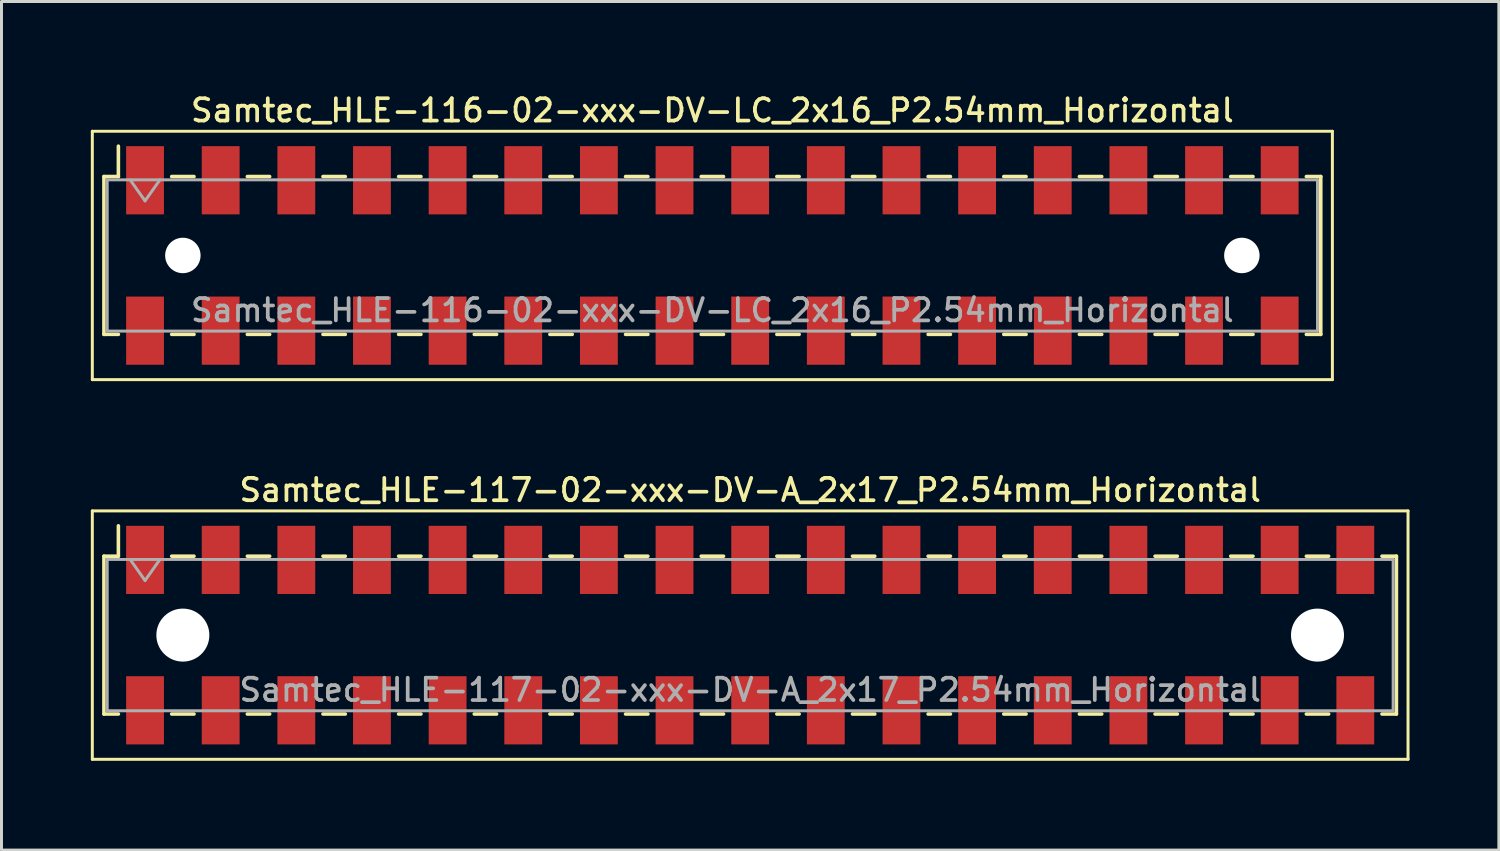
<source format=kicad_pcb>
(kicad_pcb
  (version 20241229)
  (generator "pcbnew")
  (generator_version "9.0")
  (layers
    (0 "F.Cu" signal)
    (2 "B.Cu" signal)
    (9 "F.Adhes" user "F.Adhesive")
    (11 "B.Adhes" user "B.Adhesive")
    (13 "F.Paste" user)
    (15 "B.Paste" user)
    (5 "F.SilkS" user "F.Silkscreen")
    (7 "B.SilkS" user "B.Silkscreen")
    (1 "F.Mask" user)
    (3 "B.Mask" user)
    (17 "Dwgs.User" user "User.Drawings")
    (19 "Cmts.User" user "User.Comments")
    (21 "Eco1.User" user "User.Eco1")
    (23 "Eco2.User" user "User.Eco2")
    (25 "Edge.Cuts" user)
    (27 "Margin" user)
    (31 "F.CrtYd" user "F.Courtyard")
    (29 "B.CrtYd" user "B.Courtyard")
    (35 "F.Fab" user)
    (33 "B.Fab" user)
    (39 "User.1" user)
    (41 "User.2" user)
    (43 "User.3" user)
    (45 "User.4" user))
  (footprint "Samtec_HLE-116-02-xxx-DV-LC_2x16_P2.54mm_Horizontal"
    (layer "F.Cu")
    (at 20.87 5.528)
    (property "Reference" "Samtec_HLE-116-02-xxx-DV-LC_2x16_P2.54mm_Horizontal" (at 0 -4.87 0) (layer "F.SilkS") (effects (font (size 0.75 0.75) (thickness 0.125))))
    (attr smd)
    (fp_line (start -20.82 -4.17) (end 20.82 -4.17) (stroke (width 0.1) (type solid)) (layer "F.SilkS"))
    (fp_line (start -20.82 4.17) (end -20.82 -4.17) (stroke (width 0.1) (type solid)) (layer "F.SilkS"))
    (fp_line (start -20.43 -2.65) (end -20.43 2.65) (stroke (width 0.12) (type solid)) (layer "F.SilkS"))
    (fp_line (start -20.43 2.65) (end -19.945 2.65) (stroke (width 0.12) (type solid)) (layer "F.SilkS"))
    (fp_line (start -19.945 -3.67) (end -19.945 -2.65) (stroke (width 0.12) (type solid)) (layer "F.SilkS"))
    (fp_line (start -19.945 -2.65) (end -20.43 -2.65) (stroke (width 0.12) (type solid)) (layer "F.SilkS"))
    (fp_line (start -18.155 -2.65) (end -17.405 -2.65) (stroke (width 0.12) (type solid)) (layer "F.SilkS"))
    (fp_line (start -18.155 2.65) (end -17.405 2.65) (stroke (width 0.12) (type solid)) (layer "F.SilkS"))
    (fp_line (start -15.615 -2.65) (end -14.865 -2.65) (stroke (width 0.12) (type solid)) (layer "F.SilkS"))
    (fp_line (start -15.615 2.65) (end -14.865 2.65) (stroke (width 0.12) (type solid)) (layer "F.SilkS"))
    (fp_line (start -13.075 -2.65) (end -12.325 -2.65) (stroke (width 0.12) (type solid)) (layer "F.SilkS"))
    (fp_line (start -13.075 2.65) (end -12.325 2.65) (stroke (width 0.12) (type solid)) (layer "F.SilkS"))
    (fp_line (start -10.535 -2.65) (end -9.785 -2.65) (stroke (width 0.12) (type solid)) (layer "F.SilkS"))
    (fp_line (start -10.535 2.65) (end -9.785 2.65) (stroke (width 0.12) (type solid)) (layer "F.SilkS"))
    (fp_line (start -7.995 -2.65) (end -7.245 -2.65) (stroke (width 0.12) (type solid)) (layer "F.SilkS"))
    (fp_line (start -7.995 2.65) (end -7.245 2.65) (stroke (width 0.12) (type solid)) (layer "F.SilkS"))
    (fp_line (start -5.455 -2.65) (end -4.705 -2.65) (stroke (width 0.12) (type solid)) (layer "F.SilkS"))
    (fp_line (start -5.455 2.65) (end -4.705 2.65) (stroke (width 0.12) (type solid)) (layer "F.SilkS"))
    (fp_line (start -2.915 -2.65) (end -2.165 -2.65) (stroke (width 0.12) (type solid)) (layer "F.SilkS"))
    (fp_line (start -2.915 2.65) (end -2.165 2.65) (stroke (width 0.12) (type solid)) (layer "F.SilkS"))
    (fp_line (start -0.375 -2.65) (end 0.375 -2.65) (stroke (width 0.12) (type solid)) (layer "F.SilkS"))
    (fp_line (start -0.375 2.65) (end 0.375 2.65) (stroke (width 0.12) (type solid)) (layer "F.SilkS"))
    (fp_line (start 2.165 -2.65) (end 2.915 -2.65) (stroke (width 0.12) (type solid)) (layer "F.SilkS"))
    (fp_line (start 2.165 2.65) (end 2.915 2.65) (stroke (width 0.12) (type solid)) (layer "F.SilkS"))
    (fp_line (start 4.705 -2.65) (end 5.455 -2.65) (stroke (width 0.12) (type solid)) (layer "F.SilkS"))
    (fp_line (start 4.705 2.65) (end 5.455 2.65) (stroke (width 0.12) (type solid)) (layer "F.SilkS"))
    (fp_line (start 7.245 -2.65) (end 7.995 -2.65) (stroke (width 0.12) (type solid)) (layer "F.SilkS"))
    (fp_line (start 7.245 2.65) (end 7.995 2.65) (stroke (width 0.12) (type solid)) (layer "F.SilkS"))
    (fp_line (start 9.785 -2.65) (end 10.535 -2.65) (stroke (width 0.12) (type solid)) (layer "F.SilkS"))
    (fp_line (start 9.785 2.65) (end 10.535 2.65) (stroke (width 0.12) (type solid)) (layer "F.SilkS"))
    (fp_line (start 12.325 -2.65) (end 13.075 -2.65) (stroke (width 0.12) (type solid)) (layer "F.SilkS"))
    (fp_line (start 12.325 2.65) (end 13.075 2.65) (stroke (width 0.12) (type solid)) (layer "F.SilkS"))
    (fp_line (start 14.865 -2.65) (end 15.615 -2.65) (stroke (width 0.12) (type solid)) (layer "F.SilkS"))
    (fp_line (start 14.865 2.65) (end 15.615 2.65) (stroke (width 0.12) (type solid)) (layer "F.SilkS"))
    (fp_line (start 17.405 -2.65) (end 18.155 -2.65) (stroke (width 0.12) (type solid)) (layer "F.SilkS"))
    (fp_line (start 17.405 2.65) (end 18.155 2.65) (stroke (width 0.12) (type solid)) (layer "F.SilkS"))
    (fp_line (start 19.945 -2.65) (end 20.43 -2.65) (stroke (width 0.12) (type solid)) (layer "F.SilkS"))
    (fp_line (start 20.43 -2.65) (end 20.43 2.65) (stroke (width 0.12) (type solid)) (layer "F.SilkS"))
    (fp_line (start 20.43 2.65) (end 19.945 2.65) (stroke (width 0.12) (type solid)) (layer "F.SilkS"))
    (fp_line (start 20.82 -4.17) (end 20.82 4.17) (stroke (width 0.1) (type solid)) (layer "F.SilkS"))
    (fp_line (start 20.82 4.17) (end -20.82 4.17) (stroke (width 0.1) (type solid)) (layer "F.SilkS"))
    (fp_line (start -20.32 -2.54) (end 20.32 -2.54) (stroke (width 0.1) (type solid)) (layer "F.Fab"))
    (fp_line (start -20.32 2.54) (end -20.32 -2.54) (stroke (width 0.1) (type solid)) (layer "F.Fab"))
    (fp_line (start -19.55 -2.54) (end -19.05 -1.833) (stroke (width 0.1) (type solid)) (layer "F.Fab"))
    (fp_line (start -19.05 -1.833) (end -18.55 -2.54) (stroke (width 0.1) (type solid)) (layer "F.Fab"))
    (fp_line (start 20.32 -2.54) (end 20.32 2.54) (stroke (width 0.1) (type solid)) (layer "F.Fab"))
    (fp_line (start 20.32 2.54) (end -20.32 2.54) (stroke (width 0.1) (type solid)) (layer "F.Fab"))
    (fp_text user "${REFERENCE}" (at 0 1.84 0) (layer "F.Fab") (effects (font (size 0.75 0.75) (thickness 0.125))))
    (pad "" np_thru_hole circle (at -17.78 0) (size 1.19 1.19) (drill 1.19) (layers "*.Cu" "*.Mask"))
    (pad "" np_thru_hole circle (at 17.78 0) (size 1.19 1.19) (drill 1.19) (layers "*.Cu" "*.Mask"))
    (pad "1" smd rect (at -19.05 -2.525) (size 1.27 2.29) (layers "F.Cu" "F.Mask" "F.Paste"))
    (pad "2" smd rect (at -19.05 2.525) (size 1.27 2.29) (layers "F.Cu" "F.Mask" "F.Paste"))
    (pad "3" smd rect (at -16.51 -2.525) (size 1.27 2.29) (layers "F.Cu" "F.Mask" "F.Paste"))
    (pad "4" smd rect (at -16.51 2.525) (size 1.27 2.29) (layers "F.Cu" "F.Mask" "F.Paste"))
    (pad "5" smd rect (at -13.97 -2.525) (size 1.27 2.29) (layers "F.Cu" "F.Mask" "F.Paste"))
    (pad "6" smd rect (at -13.97 2.525) (size 1.27 2.29) (layers "F.Cu" "F.Mask" "F.Paste"))
    (pad "7" smd rect (at -11.43 -2.525) (size 1.27 2.29) (layers "F.Cu" "F.Mask" "F.Paste"))
    (pad "8" smd rect (at -11.43 2.525) (size 1.27 2.29) (layers "F.Cu" "F.Mask" "F.Paste"))
    (pad "9" smd rect (at -8.89 -2.525) (size 1.27 2.29) (layers "F.Cu" "F.Mask" "F.Paste"))
    (pad "10" smd rect (at -8.89 2.525) (size 1.27 2.29) (layers "F.Cu" "F.Mask" "F.Paste"))
    (pad "11" smd rect (at -6.35 -2.525) (size 1.27 2.29) (layers "F.Cu" "F.Mask" "F.Paste"))
    (pad "12" smd rect (at -6.35 2.525) (size 1.27 2.29) (layers "F.Cu" "F.Mask" "F.Paste"))
    (pad "13" smd rect (at -3.81 -2.525) (size 1.27 2.29) (layers "F.Cu" "F.Mask" "F.Paste"))
    (pad "14" smd rect (at -3.81 2.525) (size 1.27 2.29) (layers "F.Cu" "F.Mask" "F.Paste"))
    (pad "15" smd rect (at -1.27 -2.525) (size 1.27 2.29) (layers "F.Cu" "F.Mask" "F.Paste"))
    (pad "16" smd rect (at -1.27 2.525) (size 1.27 2.29) (layers "F.Cu" "F.Mask" "F.Paste"))
    (pad "17" smd rect (at 1.27 -2.525) (size 1.27 2.29) (layers "F.Cu" "F.Mask" "F.Paste"))
    (pad "18" smd rect (at 1.27 2.525) (size 1.27 2.29) (layers "F.Cu" "F.Mask" "F.Paste"))
    (pad "19" smd rect (at 3.81 -2.525) (size 1.27 2.29) (layers "F.Cu" "F.Mask" "F.Paste"))
    (pad "20" smd rect (at 3.81 2.525) (size 1.27 2.29) (layers "F.Cu" "F.Mask" "F.Paste"))
    (pad "21" smd rect (at 6.35 -2.525) (size 1.27 2.29) (layers "F.Cu" "F.Mask" "F.Paste"))
    (pad "22" smd rect (at 6.35 2.525) (size 1.27 2.29) (layers "F.Cu" "F.Mask" "F.Paste"))
    (pad "23" smd rect (at 8.89 -2.525) (size 1.27 2.29) (layers "F.Cu" "F.Mask" "F.Paste"))
    (pad "24" smd rect (at 8.89 2.525) (size 1.27 2.29) (layers "F.Cu" "F.Mask" "F.Paste"))
    (pad "25" smd rect (at 11.43 -2.525) (size 1.27 2.29) (layers "F.Cu" "F.Mask" "F.Paste"))
    (pad "26" smd rect (at 11.43 2.525) (size 1.27 2.29) (layers "F.Cu" "F.Mask" "F.Paste"))
    (pad "27" smd rect (at 13.97 -2.525) (size 1.27 2.29) (layers "F.Cu" "F.Mask" "F.Paste"))
    (pad "28" smd rect (at 13.97 2.525) (size 1.27 2.29) (layers "F.Cu" "F.Mask" "F.Paste"))
    (pad "29" smd rect (at 16.51 -2.525) (size 1.27 2.29) (layers "F.Cu" "F.Mask" "F.Paste"))
    (pad "30" smd rect (at 16.51 2.525) (size 1.27 2.29) (layers "F.Cu" "F.Mask" "F.Paste"))
    (pad "31" smd rect (at 19.05 -2.525) (size 1.27 2.29) (layers "F.Cu" "F.Mask" "F.Paste"))
    (pad "32" smd rect (at 19.05 2.525) (size 1.27 2.29) (layers "F.Cu" "F.Mask" "F.Paste")))
  (footprint "Samtec_HLE-117-02-xxx-DV-A_2x17_P2.54mm_Horizontal"
    (layer "F.Cu")
    (at 22.14 18.276)
    (property "Reference" "Samtec_HLE-117-02-xxx-DV-A_2x17_P2.54mm_Horizontal" (at 0 -4.87 0) (layer "F.SilkS") (effects (font (size 0.75 0.75) (thickness 0.125))))
    (attr smd)
    (fp_line (start -22.09 -4.17) (end 22.09 -4.17) (stroke (width 0.1) (type solid)) (layer "F.SilkS"))
    (fp_line (start -22.09 4.17) (end -22.09 -4.17) (stroke (width 0.1) (type solid)) (layer "F.SilkS"))
    (fp_line (start -21.7 -2.65) (end -21.7 2.65) (stroke (width 0.12) (type solid)) (layer "F.SilkS"))
    (fp_line (start -21.7 2.65) (end -21.215 2.65) (stroke (width 0.12) (type solid)) (layer "F.SilkS"))
    (fp_line (start -21.215 -3.67) (end -21.215 -2.65) (stroke (width 0.12) (type solid)) (layer "F.SilkS"))
    (fp_line (start -21.215 -2.65) (end -21.7 -2.65) (stroke (width 0.12) (type solid)) (layer "F.SilkS"))
    (fp_line (start -19.425 -2.65) (end -18.675 -2.65) (stroke (width 0.12) (type solid)) (layer "F.SilkS"))
    (fp_line (start -19.425 2.65) (end -18.675 2.65) (stroke (width 0.12) (type solid)) (layer "F.SilkS"))
    (fp_line (start -16.885 -2.65) (end -16.135 -2.65) (stroke (width 0.12) (type solid)) (layer "F.SilkS"))
    (fp_line (start -16.885 2.65) (end -16.135 2.65) (stroke (width 0.12) (type solid)) (layer "F.SilkS"))
    (fp_line (start -14.345 -2.65) (end -13.595 -2.65) (stroke (width 0.12) (type solid)) (layer "F.SilkS"))
    (fp_line (start -14.345 2.65) (end -13.595 2.65) (stroke (width 0.12) (type solid)) (layer "F.SilkS"))
    (fp_line (start -11.805 -2.65) (end -11.055 -2.65) (stroke (width 0.12) (type solid)) (layer "F.SilkS"))
    (fp_line (start -11.805 2.65) (end -11.055 2.65) (stroke (width 0.12) (type solid)) (layer "F.SilkS"))
    (fp_line (start -9.265 -2.65) (end -8.515 -2.65) (stroke (width 0.12) (type solid)) (layer "F.SilkS"))
    (fp_line (start -9.265 2.65) (end -8.515 2.65) (stroke (width 0.12) (type solid)) (layer "F.SilkS"))
    (fp_line (start -6.725 -2.65) (end -5.975 -2.65) (stroke (width 0.12) (type solid)) (layer "F.SilkS"))
    (fp_line (start -6.725 2.65) (end -5.975 2.65) (stroke (width 0.12) (type solid)) (layer "F.SilkS"))
    (fp_line (start -4.185 -2.65) (end -3.435 -2.65) (stroke (width 0.12) (type solid)) (layer "F.SilkS"))
    (fp_line (start -4.185 2.65) (end -3.435 2.65) (stroke (width 0.12) (type solid)) (layer "F.SilkS"))
    (fp_line (start -1.645 -2.65) (end -0.895 -2.65) (stroke (width 0.12) (type solid)) (layer "F.SilkS"))
    (fp_line (start -1.645 2.65) (end -0.895 2.65) (stroke (width 0.12) (type solid)) (layer "F.SilkS"))
    (fp_line (start 0.895 -2.65) (end 1.645 -2.65) (stroke (width 0.12) (type solid)) (layer "F.SilkS"))
    (fp_line (start 0.895 2.65) (end 1.645 2.65) (stroke (width 0.12) (type solid)) (layer "F.SilkS"))
    (fp_line (start 3.435 -2.65) (end 4.185 -2.65) (stroke (width 0.12) (type solid)) (layer "F.SilkS"))
    (fp_line (start 3.435 2.65) (end 4.185 2.65) (stroke (width 0.12) (type solid)) (layer "F.SilkS"))
    (fp_line (start 5.975 -2.65) (end 6.725 -2.65) (stroke (width 0.12) (type solid)) (layer "F.SilkS"))
    (fp_line (start 5.975 2.65) (end 6.725 2.65) (stroke (width 0.12) (type solid)) (layer "F.SilkS"))
    (fp_line (start 8.515 -2.65) (end 9.265 -2.65) (stroke (width 0.12) (type solid)) (layer "F.SilkS"))
    (fp_line (start 8.515 2.65) (end 9.265 2.65) (stroke (width 0.12) (type solid)) (layer "F.SilkS"))
    (fp_line (start 11.055 -2.65) (end 11.805 -2.65) (stroke (width 0.12) (type solid)) (layer "F.SilkS"))
    (fp_line (start 11.055 2.65) (end 11.805 2.65) (stroke (width 0.12) (type solid)) (layer "F.SilkS"))
    (fp_line (start 13.595 -2.65) (end 14.345 -2.65) (stroke (width 0.12) (type solid)) (layer "F.SilkS"))
    (fp_line (start 13.595 2.65) (end 14.345 2.65) (stroke (width 0.12) (type solid)) (layer "F.SilkS"))
    (fp_line (start 16.135 -2.65) (end 16.885 -2.65) (stroke (width 0.12) (type solid)) (layer "F.SilkS"))
    (fp_line (start 16.135 2.65) (end 16.885 2.65) (stroke (width 0.12) (type solid)) (layer "F.SilkS"))
    (fp_line (start 18.675 -2.65) (end 19.425 -2.65) (stroke (width 0.12) (type solid)) (layer "F.SilkS"))
    (fp_line (start 18.675 2.65) (end 19.425 2.65) (stroke (width 0.12) (type solid)) (layer "F.SilkS"))
    (fp_line (start 21.215 -2.65) (end 21.7 -2.65) (stroke (width 0.12) (type solid)) (layer "F.SilkS"))
    (fp_line (start 21.7 -2.65) (end 21.7 2.65) (stroke (width 0.12) (type solid)) (layer "F.SilkS"))
    (fp_line (start 21.7 2.65) (end 21.215 2.65) (stroke (width 0.12) (type solid)) (layer "F.SilkS"))
    (fp_line (start 22.09 -4.17) (end 22.09 4.17) (stroke (width 0.1) (type solid)) (layer "F.SilkS"))
    (fp_line (start 22.09 4.17) (end -22.09 4.17) (stroke (width 0.1) (type solid)) (layer "F.SilkS"))
    (fp_line (start -21.59 -2.54) (end 21.59 -2.54) (stroke (width 0.1) (type solid)) (layer "F.Fab"))
    (fp_line (start -21.59 2.54) (end -21.59 -2.54) (stroke (width 0.1) (type solid)) (layer "F.Fab"))
    (fp_line (start -20.82 -2.54) (end -20.32 -1.833) (stroke (width 0.1) (type solid)) (layer "F.Fab"))
    (fp_line (start -20.32 -1.833) (end -19.82 -2.54) (stroke (width 0.1) (type solid)) (layer "F.Fab"))
    (fp_line (start 21.59 -2.54) (end 21.59 2.54) (stroke (width 0.1) (type solid)) (layer "F.Fab"))
    (fp_line (start 21.59 2.54) (end -21.59 2.54) (stroke (width 0.1) (type solid)) (layer "F.Fab"))
    (fp_text user "${REFERENCE}" (at 0 1.84 0) (layer "F.Fab") (effects (font (size 0.75 0.75) (thickness 0.125))))
    (pad "" np_thru_hole circle (at -19.05 0) (size 1.78 1.78) (drill 1.78) (layers "*.Cu" "*.Mask"))
    (pad "" np_thru_hole circle (at 19.05 0) (size 1.78 1.78) (drill 1.78) (layers "*.Cu" "*.Mask"))
    (pad "1" smd rect (at -20.32 -2.525) (size 1.27 2.29) (layers "F.Cu" "F.Mask" "F.Paste"))
    (pad "2" smd rect (at -20.32 2.525) (size 1.27 2.29) (layers "F.Cu" "F.Mask" "F.Paste"))
    (pad "3" smd rect (at -17.78 -2.525) (size 1.27 2.29) (layers "F.Cu" "F.Mask" "F.Paste"))
    (pad "4" smd rect (at -17.78 2.525) (size 1.27 2.29) (layers "F.Cu" "F.Mask" "F.Paste"))
    (pad "5" smd rect (at -15.24 -2.525) (size 1.27 2.29) (layers "F.Cu" "F.Mask" "F.Paste"))
    (pad "6" smd rect (at -15.24 2.525) (size 1.27 2.29) (layers "F.Cu" "F.Mask" "F.Paste"))
    (pad "7" smd rect (at -12.7 -2.525) (size 1.27 2.29) (layers "F.Cu" "F.Mask" "F.Paste"))
    (pad "8" smd rect (at -12.7 2.525) (size 1.27 2.29) (layers "F.Cu" "F.Mask" "F.Paste"))
    (pad "9" smd rect (at -10.16 -2.525) (size 1.27 2.29) (layers "F.Cu" "F.Mask" "F.Paste"))
    (pad "10" smd rect (at -10.16 2.525) (size 1.27 2.29) (layers "F.Cu" "F.Mask" "F.Paste"))
    (pad "11" smd rect (at -7.62 -2.525) (size 1.27 2.29) (layers "F.Cu" "F.Mask" "F.Paste"))
    (pad "12" smd rect (at -7.62 2.525) (size 1.27 2.29) (layers "F.Cu" "F.Mask" "F.Paste"))
    (pad "13" smd rect (at -5.08 -2.525) (size 1.27 2.29) (layers "F.Cu" "F.Mask" "F.Paste"))
    (pad "14" smd rect (at -5.08 2.525) (size 1.27 2.29) (layers "F.Cu" "F.Mask" "F.Paste"))
    (pad "15" smd rect (at -2.54 -2.525) (size 1.27 2.29) (layers "F.Cu" "F.Mask" "F.Paste"))
    (pad "16" smd rect (at -2.54 2.525) (size 1.27 2.29) (layers "F.Cu" "F.Mask" "F.Paste"))
    (pad "17" smd rect (at 0 -2.525) (size 1.27 2.29) (layers "F.Cu" "F.Mask" "F.Paste"))
    (pad "18" smd rect (at 0 2.525) (size 1.27 2.29) (layers "F.Cu" "F.Mask" "F.Paste"))
    (pad "19" smd rect (at 2.54 -2.525) (size 1.27 2.29) (layers "F.Cu" "F.Mask" "F.Paste"))
    (pad "20" smd rect (at 2.54 2.525) (size 1.27 2.29) (layers "F.Cu" "F.Mask" "F.Paste"))
    (pad "21" smd rect (at 5.08 -2.525) (size 1.27 2.29) (layers "F.Cu" "F.Mask" "F.Paste"))
    (pad "22" smd rect (at 5.08 2.525) (size 1.27 2.29) (layers "F.Cu" "F.Mask" "F.Paste"))
    (pad "23" smd rect (at 7.62 -2.525) (size 1.27 2.29) (layers "F.Cu" "F.Mask" "F.Paste"))
    (pad "24" smd rect (at 7.62 2.525) (size 1.27 2.29) (layers "F.Cu" "F.Mask" "F.Paste"))
    (pad "25" smd rect (at 10.16 -2.525) (size 1.27 2.29) (layers "F.Cu" "F.Mask" "F.Paste"))
    (pad "26" smd rect (at 10.16 2.525) (size 1.27 2.29) (layers "F.Cu" "F.Mask" "F.Paste"))
    (pad "27" smd rect (at 12.7 -2.525) (size 1.27 2.29) (layers "F.Cu" "F.Mask" "F.Paste"))
    (pad "28" smd rect (at 12.7 2.525) (size 1.27 2.29) (layers "F.Cu" "F.Mask" "F.Paste"))
    (pad "29" smd rect (at 15.24 -2.525) (size 1.27 2.29) (layers "F.Cu" "F.Mask" "F.Paste"))
    (pad "30" smd rect (at 15.24 2.525) (size 1.27 2.29) (layers "F.Cu" "F.Mask" "F.Paste"))
    (pad "31" smd rect (at 17.78 -2.525) (size 1.27 2.29) (layers "F.Cu" "F.Mask" "F.Paste"))
    (pad "32" smd rect (at 17.78 2.525) (size 1.27 2.29) (layers "F.Cu" "F.Mask" "F.Paste"))
    (pad "33" smd rect (at 20.32 -2.525) (size 1.27 2.29) (layers "F.Cu" "F.Mask" "F.Paste"))
    (pad "34" smd rect (at 20.32 2.525) (size 1.27 2.29) (layers "F.Cu" "F.Mask" "F.Paste")))
  (gr_rect
    (start -3 -3)
    (end 47.28 25.496)
    (stroke (width 0.1) (type default))
    (fill no)
    (layer "Edge.Cuts")))
</source>
